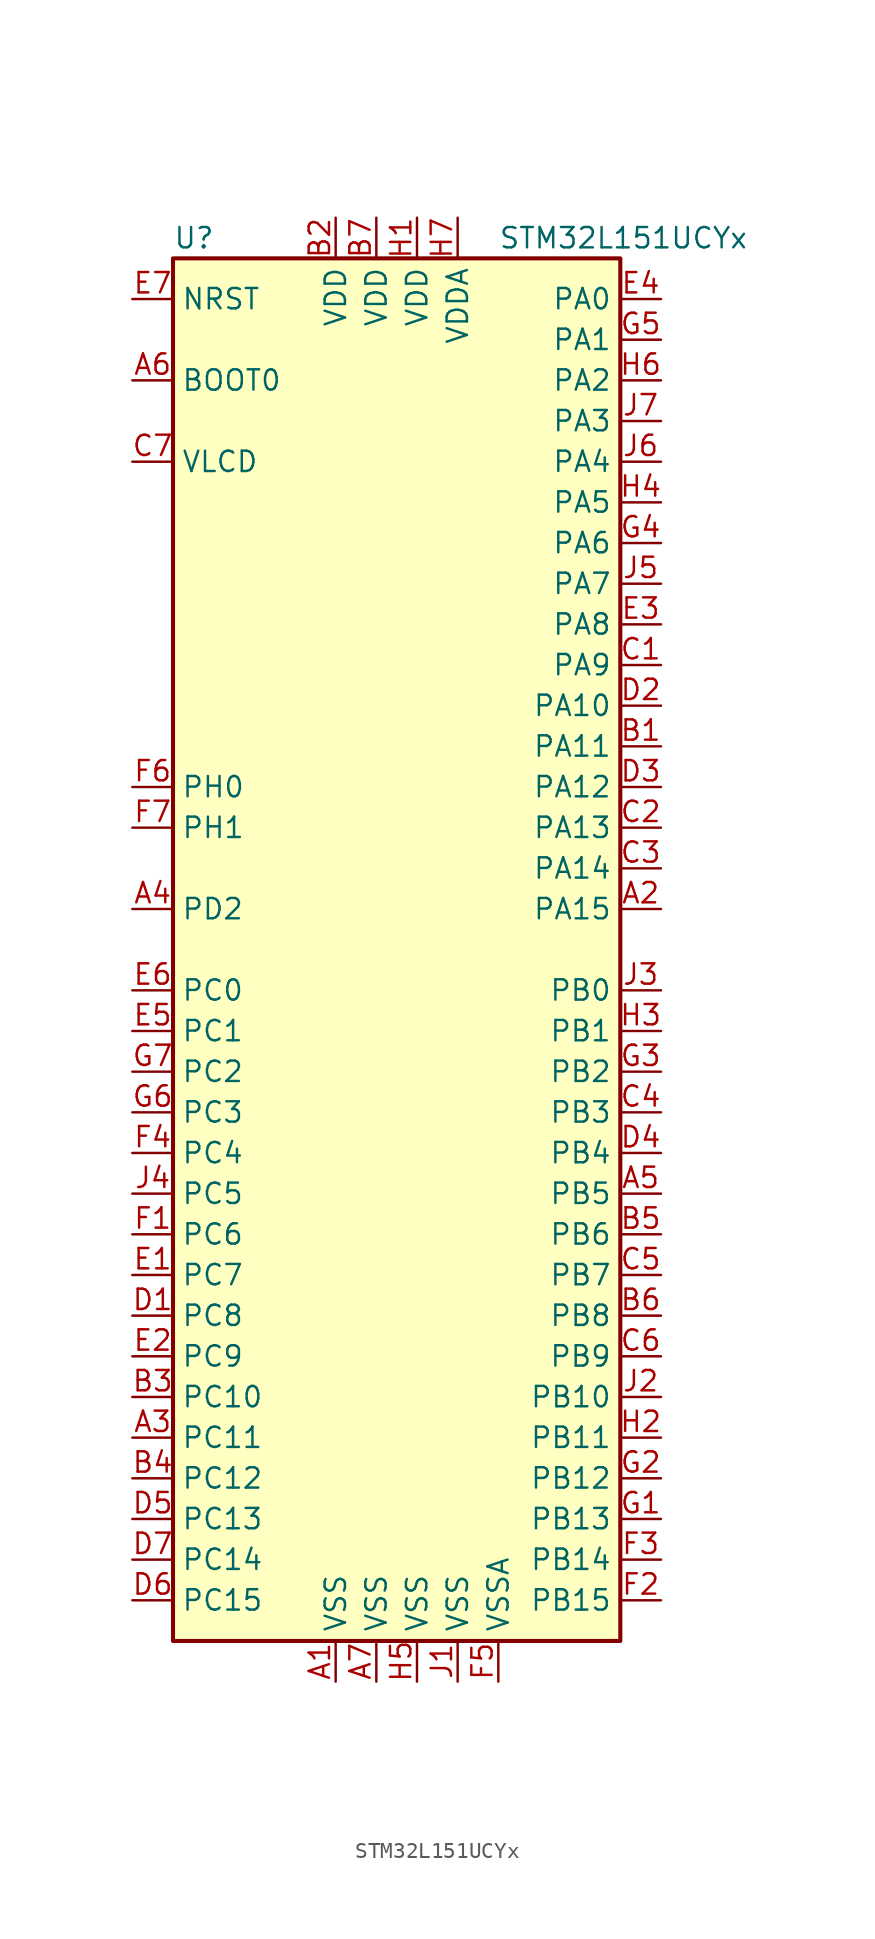
<source format=kicad_sym>
(kicad_symbol_lib
  (version 20201005)
  (generator kicad_symbol_editor)
  (symbol "STM32L151UCYx"
    (property "Reference" "U"
      (at -15.24 44.45 0)
      (effects (font (size 1.27 1.27)) (justify left)))
    (property "Value" "STM32L151UCYx"
      (at 5.08 44.45 0)
      (effects (font (size 1.27 1.27)) (justify left)))
    (symbol "STM32L151UCYx_0_1"
      (rectangle (start -15.24 -43.18) (end 12.7 43.18) (stroke (width 0.254)) (fill (type background))))
    (symbol "STM32L151UCYx_1_1"
      (pin power_in line (at -5.08 -45.72 90) (length 2.54) (name "VSS" (effects (font (size 1.27 1.27)))) (number "A1" (effects (font (size 1.27 1.27)))))
      (pin bidirectional line (at 15.24 2.54 180) (length 2.54) (name "PA15" (effects (font (size 1.27 1.27)))) (number "A2" (effects (font (size 1.27 1.27)))))
      (pin bidirectional line (at -17.78 -30.48 0) (length 2.54) (name "PC11" (effects (font (size 1.27 1.27)))) (number "A3" (effects (font (size 1.27 1.27)))))
      (pin bidirectional line (at -17.78 2.54 0) (length 2.54) (name "PD2" (effects (font (size 1.27 1.27)))) (number "A4" (effects (font (size 1.27 1.27)))))
      (pin bidirectional line (at 15.24 -15.24 180) (length 2.54) (name "PB5" (effects (font (size 1.27 1.27)))) (number "A5" (effects (font (size 1.27 1.27)))))
      (pin input line (at -17.78 35.56 0) (length 2.54) (name "BOOT0" (effects (font (size 1.27 1.27)))) (number "A6" (effects (font (size 1.27 1.27)))))
      (pin power_in line (at -2.54 -45.72 90) (length 2.54) (name "VSS" (effects (font (size 1.27 1.27)))) (number "A7" (effects (font (size 1.27 1.27)))))
      (pin bidirectional line (at 15.24 12.7 180) (length 2.54) (name "PA11" (effects (font (size 1.27 1.27)))) (number "B1" (effects (font (size 1.27 1.27)))))
      (pin power_in line (at -5.08 45.72 270) (length 2.54) (name "VDD" (effects (font (size 1.27 1.27)))) (number "B2" (effects (font (size 1.27 1.27)))))
      (pin bidirectional line (at -17.78 -27.94 0) (length 2.54) (name "PC10" (effects (font (size 1.27 1.27)))) (number "B3" (effects (font (size 1.27 1.27)))))
      (pin bidirectional line (at -17.78 -33.02 0) (length 2.54) (name "PC12" (effects (font (size 1.27 1.27)))) (number "B4" (effects (font (size 1.27 1.27)))))
      (pin bidirectional line (at 15.24 -17.78 180) (length 2.54) (name "PB6" (effects (font (size 1.27 1.27)))) (number "B5" (effects (font (size 1.27 1.27)))))
      (pin bidirectional line (at 15.24 -22.86 180) (length 2.54) (name "PB8" (effects (font (size 1.27 1.27)))) (number "B6" (effects (font (size 1.27 1.27)))))
      (pin power_in line (at -2.54 45.72 270) (length 2.54) (name "VDD" (effects (font (size 1.27 1.27)))) (number "B7" (effects (font (size 1.27 1.27)))))
      (pin bidirectional line (at 15.24 17.78 180) (length 2.54) (name "PA9" (effects (font (size 1.27 1.27)))) (number "C1" (effects (font (size 1.27 1.27)))))
      (pin bidirectional line (at 15.24 7.62 180) (length 2.54) (name "PA13" (effects (font (size 1.27 1.27)))) (number "C2" (effects (font (size 1.27 1.27)))))
      (pin bidirectional line (at 15.24 5.08 180) (length 2.54) (name "PA14" (effects (font (size 1.27 1.27)))) (number "C3" (effects (font (size 1.27 1.27)))))
      (pin bidirectional line (at 15.24 -10.16 180) (length 2.54) (name "PB3" (effects (font (size 1.27 1.27)))) (number "C4" (effects (font (size 1.27 1.27)))))
      (pin bidirectional line (at 15.24 -20.32 180) (length 2.54) (name "PB7" (effects (font (size 1.27 1.27)))) (number "C5" (effects (font (size 1.27 1.27)))))
      (pin bidirectional line (at 15.24 -25.4 180) (length 2.54) (name "PB9" (effects (font (size 1.27 1.27)))) (number "C6" (effects (font (size 1.27 1.27)))))
      (pin power_in line (at -17.78 30.48 0) (length 2.54) (name "VLCD" (effects (font (size 1.27 1.27)))) (number "C7" (effects (font (size 1.27 1.27)))))
      (pin bidirectional line (at -17.78 -22.86 0) (length 2.54) (name "PC8" (effects (font (size 1.27 1.27)))) (number "D1" (effects (font (size 1.27 1.27)))))
      (pin bidirectional line (at 15.24 15.24 180) (length 2.54) (name "PA10" (effects (font (size 1.27 1.27)))) (number "D2" (effects (font (size 1.27 1.27)))))
      (pin bidirectional line (at 15.24 10.16 180) (length 2.54) (name "PA12" (effects (font (size 1.27 1.27)))) (number "D3" (effects (font (size 1.27 1.27)))))
      (pin bidirectional line (at 15.24 -12.7 180) (length 2.54) (name "PB4" (effects (font (size 1.27 1.27)))) (number "D4" (effects (font (size 1.27 1.27)))))
      (pin bidirectional line (at -17.78 -35.56 0) (length 2.54) (name "PC13" (effects (font (size 1.27 1.27)))) (number "D5" (effects (font (size 1.27 1.27)))))
      (pin bidirectional line (at -17.78 -40.64 0) (length 2.54) (name "PC15" (effects (font (size 1.27 1.27)))) (number "D6" (effects (font (size 1.27 1.27)))))
      (pin bidirectional line (at -17.78 -38.1 0) (length 2.54) (name "PC14" (effects (font (size 1.27 1.27)))) (number "D7" (effects (font (size 1.27 1.27)))))
      (pin bidirectional line (at -17.78 -20.32 0) (length 2.54) (name "PC7" (effects (font (size 1.27 1.27)))) (number "E1" (effects (font (size 1.27 1.27)))))
      (pin bidirectional line (at -17.78 -25.4 0) (length 2.54) (name "PC9" (effects (font (size 1.27 1.27)))) (number "E2" (effects (font (size 1.27 1.27)))))
      (pin bidirectional line (at 15.24 20.32 180) (length 2.54) (name "PA8" (effects (font (size 1.27 1.27)))) (number "E3" (effects (font (size 1.27 1.27)))))
      (pin bidirectional line (at 15.24 40.64 180) (length 2.54) (name "PA0" (effects (font (size 1.27 1.27)))) (number "E4" (effects (font (size 1.27 1.27)))))
      (pin bidirectional line (at -17.78 -5.08 0) (length 2.54) (name "PC1" (effects (font (size 1.27 1.27)))) (number "E5" (effects (font (size 1.27 1.27)))))
      (pin bidirectional line (at -17.78 -2.54 0) (length 2.54) (name "PC0" (effects (font (size 1.27 1.27)))) (number "E6" (effects (font (size 1.27 1.27)))))
      (pin input line (at -17.78 40.64 0) (length 2.54) (name "NRST" (effects (font (size 1.27 1.27)))) (number "E7" (effects (font (size 1.27 1.27)))))
      (pin bidirectional line (at -17.78 -17.78 0) (length 2.54) (name "PC6" (effects (font (size 1.27 1.27)))) (number "F1" (effects (font (size 1.27 1.27)))))
      (pin bidirectional line (at 15.24 -40.64 180) (length 2.54) (name "PB15" (effects (font (size 1.27 1.27)))) (number "F2" (effects (font (size 1.27 1.27)))))
      (pin bidirectional line (at 15.24 -38.1 180) (length 2.54) (name "PB14" (effects (font (size 1.27 1.27)))) (number "F3" (effects (font (size 1.27 1.27)))))
      (pin bidirectional line (at -17.78 -12.7 0) (length 2.54) (name "PC4" (effects (font (size 1.27 1.27)))) (number "F4" (effects (font (size 1.27 1.27)))))
      (pin power_in line (at 5.08 -45.72 90) (length 2.54) (name "VSSA" (effects (font (size 1.27 1.27)))) (number "F5" (effects (font (size 1.27 1.27)))))
      (pin input line (at -17.78 10.16 0) (length 2.54) (name "PH0" (effects (font (size 1.27 1.27)))) (number "F6" (effects (font (size 1.27 1.27)))))
      (pin input line (at -17.78 7.62 0) (length 2.54) (name "PH1" (effects (font (size 1.27 1.27)))) (number "F7" (effects (font (size 1.27 1.27)))))
      (pin bidirectional line (at 15.24 -35.56 180) (length 2.54) (name "PB13" (effects (font (size 1.27 1.27)))) (number "G1" (effects (font (size 1.27 1.27)))))
      (pin bidirectional line (at 15.24 -33.02 180) (length 2.54) (name "PB12" (effects (font (size 1.27 1.27)))) (number "G2" (effects (font (size 1.27 1.27)))))
      (pin bidirectional line (at 15.24 -7.62 180) (length 2.54) (name "PB2" (effects (font (size 1.27 1.27)))) (number "G3" (effects (font (size 1.27 1.27)))))
      (pin bidirectional line (at 15.24 25.4 180) (length 2.54) (name "PA6" (effects (font (size 1.27 1.27)))) (number "G4" (effects (font (size 1.27 1.27)))))
      (pin bidirectional line (at 15.24 38.1 180) (length 2.54) (name "PA1" (effects (font (size 1.27 1.27)))) (number "G5" (effects (font (size 1.27 1.27)))))
      (pin bidirectional line (at -17.78 -10.16 0) (length 2.54) (name "PC3" (effects (font (size 1.27 1.27)))) (number "G6" (effects (font (size 1.27 1.27)))))
      (pin bidirectional line (at -17.78 -7.62 0) (length 2.54) (name "PC2" (effects (font (size 1.27 1.27)))) (number "G7" (effects (font (size 1.27 1.27)))))
      (pin power_in line (at 0 45.72 270) (length 2.54) (name "VDD" (effects (font (size 1.27 1.27)))) (number "H1" (effects (font (size 1.27 1.27)))))
      (pin bidirectional line (at 15.24 -30.48 180) (length 2.54) (name "PB11" (effects (font (size 1.27 1.27)))) (number "H2" (effects (font (size 1.27 1.27)))))
      (pin bidirectional line (at 15.24 -5.08 180) (length 2.54) (name "PB1" (effects (font (size 1.27 1.27)))) (number "H3" (effects (font (size 1.27 1.27)))))
      (pin bidirectional line (at 15.24 27.94 180) (length 2.54) (name "PA5" (effects (font (size 1.27 1.27)))) (number "H4" (effects (font (size 1.27 1.27)))))
      (pin power_in line (at 0 -45.72 90) (length 2.54) (name "VSS" (effects (font (size 1.27 1.27)))) (number "H5" (effects (font (size 1.27 1.27)))))
      (pin bidirectional line (at 15.24 35.56 180) (length 2.54) (name "PA2" (effects (font (size 1.27 1.27)))) (number "H6" (effects (font (size 1.27 1.27)))))
      (pin power_in line (at 2.54 45.72 270) (length 2.54) (name "VDDA" (effects (font (size 1.27 1.27)))) (number "H7" (effects (font (size 1.27 1.27)))))
      (pin power_in line (at 2.54 -45.72 90) (length 2.54) (name "VSS" (effects (font (size 1.27 1.27)))) (number "J1" (effects (font (size 1.27 1.27)))))
      (pin bidirectional line (at 15.24 -27.94 180) (length 2.54) (name "PB10" (effects (font (size 1.27 1.27)))) (number "J2" (effects (font (size 1.27 1.27)))))
      (pin bidirectional line (at 15.24 -2.54 180) (length 2.54) (name "PB0" (effects (font (size 1.27 1.27)))) (number "J3" (effects (font (size 1.27 1.27)))))
      (pin bidirectional line (at -17.78 -15.24 0) (length 2.54) (name "PC5" (effects (font (size 1.27 1.27)))) (number "J4" (effects (font (size 1.27 1.27)))))
      (pin bidirectional line (at 15.24 22.86 180) (length 2.54) (name "PA7" (effects (font (size 1.27 1.27)))) (number "J5" (effects (font (size 1.27 1.27)))))
      (pin bidirectional line (at 15.24 30.48 180) (length 2.54) (name "PA4" (effects (font (size 1.27 1.27)))) (number "J6" (effects (font (size 1.27 1.27)))))
      (pin bidirectional line (at 15.24 33.02 180) (length 2.54) (name "PA3" (effects (font (size 1.27 1.27)))) (number "J7" (effects (font (size 1.27 1.27))))))))
</source>
